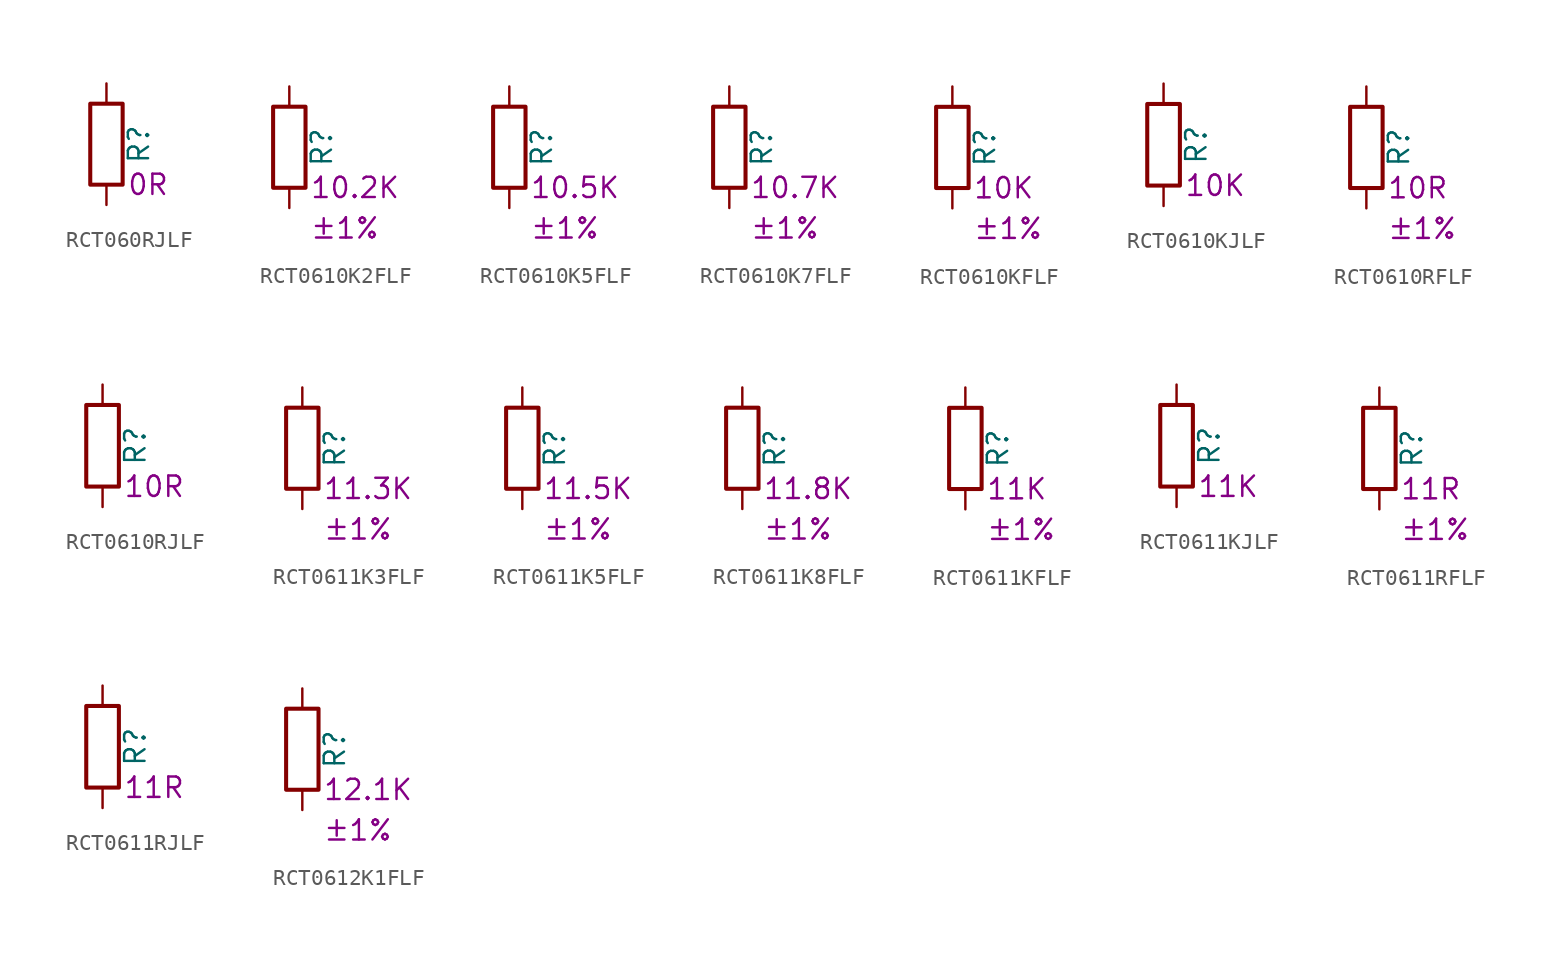
<source format=kicad_sym>
(kicad_symbol_lib
  (version 20220914)
  (generator kicad_symbol_editor)
  (symbol "RCT060RJLF"
    (pin_numbers hide)
    (pin_names
      (offset 0))
    (property "Reference" "R"
      (at 2.032 0 90)
      (effects (font (size 1.27 1.27))))
    (property "Resistance" "0R"
      (at 1.27 -2.54 0)
      (effects (font (size 1.27 1.27)) (justify left)))
    (symbol "RCT060RJLF_0_1"
      (rectangle (start -1.016 -2.54) (end 1.016 2.54) (stroke (width 0.254) (type default)) (fill (type none))))
    (symbol "RCT060RJLF_1_1"
      (pin passive line (at 0 3.81 270) (length 1.27) (name "~" (effects (font (size 1.27 1.27)))) (number "1" (effects (font (size 1.27 1.27)))))
      (pin passive line (at 0 -3.81 90) (length 1.27) (name "~" (effects (font (size 1.27 1.27)))) (number "2" (effects (font (size 1.27 1.27)))))))
  (symbol "RCT0610K2FLF"
    (pin_numbers hide)
    (pin_names
      (offset 0))
    (property "Reference" "R"
      (at 2.032 0 90)
      (effects (font (size 1.27 1.27))))
    (property "Resistance" "10.2K"
      (at 1.27 -2.54 0)
      (effects (font (size 1.27 1.27)) (justify left)))
    (property "Tolerance" "±1%"
      (at 1.27 -5.08 0)
      (effects (font (size 1.27 1.27)) (justify left)))
    (symbol "RCT0610K2FLF_0_1"
      (rectangle (start -1.016 -2.54) (end 1.016 2.54) (stroke (width 0.254) (type default)) (fill (type none))))
    (symbol "RCT0610K2FLF_1_1"
      (pin passive line (at 0 3.81 270) (length 1.27) (name "~" (effects (font (size 1.27 1.27)))) (number "1" (effects (font (size 1.27 1.27)))))
      (pin passive line (at 0 -3.81 90) (length 1.27) (name "~" (effects (font (size 1.27 1.27)))) (number "2" (effects (font (size 1.27 1.27)))))))
  (symbol "RCT0610K5FLF"
    (pin_numbers hide)
    (pin_names
      (offset 0))
    (property "Reference" "R"
      (at 2.032 0 90)
      (effects (font (size 1.27 1.27))))
    (property "Resistance" "10.5K"
      (at 1.27 -2.54 0)
      (effects (font (size 1.27 1.27)) (justify left)))
    (property "Tolerance" "±1%"
      (at 1.27 -5.08 0)
      (effects (font (size 1.27 1.27)) (justify left)))
    (symbol "RCT0610K5FLF_0_1"
      (rectangle (start -1.016 -2.54) (end 1.016 2.54) (stroke (width 0.254) (type default)) (fill (type none))))
    (symbol "RCT0610K5FLF_1_1"
      (pin passive line (at 0 3.81 270) (length 1.27) (name "~" (effects (font (size 1.27 1.27)))) (number "1" (effects (font (size 1.27 1.27)))))
      (pin passive line (at 0 -3.81 90) (length 1.27) (name "~" (effects (font (size 1.27 1.27)))) (number "2" (effects (font (size 1.27 1.27)))))))
  (symbol "RCT0610K7FLF"
    (pin_numbers hide)
    (pin_names
      (offset 0))
    (property "Reference" "R"
      (at 2.032 0 90)
      (effects (font (size 1.27 1.27))))
    (property "Resistance" "10.7K"
      (at 1.27 -2.54 0)
      (effects (font (size 1.27 1.27)) (justify left)))
    (property "Tolerance" "±1%"
      (at 1.27 -5.08 0)
      (effects (font (size 1.27 1.27)) (justify left)))
    (symbol "RCT0610K7FLF_0_1"
      (rectangle (start -1.016 -2.54) (end 1.016 2.54) (stroke (width 0.254) (type default)) (fill (type none))))
    (symbol "RCT0610K7FLF_1_1"
      (pin passive line (at 0 3.81 270) (length 1.27) (name "~" (effects (font (size 1.27 1.27)))) (number "1" (effects (font (size 1.27 1.27)))))
      (pin passive line (at 0 -3.81 90) (length 1.27) (name "~" (effects (font (size 1.27 1.27)))) (number "2" (effects (font (size 1.27 1.27)))))))
  (symbol "RCT0610KFLF"
    (pin_numbers hide)
    (pin_names
      (offset 0))
    (property "Reference" "R"
      (at 2.032 0 90)
      (effects (font (size 1.27 1.27))))
    (property "Resistance" "10K"
      (at 1.27 -2.54 0)
      (effects (font (size 1.27 1.27)) (justify left)))
    (property "Tolerance" "±1%"
      (at 1.27 -5.08 0)
      (effects (font (size 1.27 1.27)) (justify left)))
    (symbol "RCT0610KFLF_0_1"
      (rectangle (start -1.016 -2.54) (end 1.016 2.54) (stroke (width 0.254) (type default)) (fill (type none))))
    (symbol "RCT0610KFLF_1_1"
      (pin passive line (at 0 3.81 270) (length 1.27) (name "~" (effects (font (size 1.27 1.27)))) (number "1" (effects (font (size 1.27 1.27)))))
      (pin passive line (at 0 -3.81 90) (length 1.27) (name "~" (effects (font (size 1.27 1.27)))) (number "2" (effects (font (size 1.27 1.27)))))))
  (symbol "RCT0610KJLF"
    (pin_numbers hide)
    (pin_names
      (offset 0))
    (property "Reference" "R"
      (at 2.032 0 90)
      (effects (font (size 1.27 1.27))))
    (property "Resistance" "10K"
      (at 1.27 -2.54 0)
      (effects (font (size 1.27 1.27)) (justify left)))
    (symbol "RCT0610KJLF_0_1"
      (rectangle (start -1.016 -2.54) (end 1.016 2.54) (stroke (width 0.254) (type default)) (fill (type none))))
    (symbol "RCT0610KJLF_1_1"
      (pin passive line (at 0 3.81 270) (length 1.27) (name "~" (effects (font (size 1.27 1.27)))) (number "1" (effects (font (size 1.27 1.27)))))
      (pin passive line (at 0 -3.81 90) (length 1.27) (name "~" (effects (font (size 1.27 1.27)))) (number "2" (effects (font (size 1.27 1.27)))))))
  (symbol "RCT0610RFLF"
    (pin_numbers hide)
    (pin_names
      (offset 0))
    (property "Reference" "R"
      (at 2.032 0 90)
      (effects (font (size 1.27 1.27))))
    (property "Resistance" "10R"
      (at 1.27 -2.54 0)
      (effects (font (size 1.27 1.27)) (justify left)))
    (property "Tolerance" "±1%"
      (at 1.27 -5.08 0)
      (effects (font (size 1.27 1.27)) (justify left)))
    (symbol "RCT0610RFLF_0_1"
      (rectangle (start -1.016 -2.54) (end 1.016 2.54) (stroke (width 0.254) (type default)) (fill (type none))))
    (symbol "RCT0610RFLF_1_1"
      (pin passive line (at 0 3.81 270) (length 1.27) (name "~" (effects (font (size 1.27 1.27)))) (number "1" (effects (font (size 1.27 1.27)))))
      (pin passive line (at 0 -3.81 90) (length 1.27) (name "~" (effects (font (size 1.27 1.27)))) (number "2" (effects (font (size 1.27 1.27)))))))
  (symbol "RCT0610RJLF"
    (pin_numbers hide)
    (pin_names
      (offset 0))
    (property "Reference" "R"
      (at 2.032 0 90)
      (effects (font (size 1.27 1.27))))
    (property "Resistance" "10R"
      (at 1.27 -2.54 0)
      (effects (font (size 1.27 1.27)) (justify left)))
    (symbol "RCT0610RJLF_0_1"
      (rectangle (start -1.016 -2.54) (end 1.016 2.54) (stroke (width 0.254) (type default)) (fill (type none))))
    (symbol "RCT0610RJLF_1_1"
      (pin passive line (at 0 3.81 270) (length 1.27) (name "~" (effects (font (size 1.27 1.27)))) (number "1" (effects (font (size 1.27 1.27)))))
      (pin passive line (at 0 -3.81 90) (length 1.27) (name "~" (effects (font (size 1.27 1.27)))) (number "2" (effects (font (size 1.27 1.27)))))))
  (symbol "RCT0611K3FLF"
    (pin_numbers hide)
    (pin_names
      (offset 0))
    (property "Reference" "R"
      (at 2.032 0 90)
      (effects (font (size 1.27 1.27))))
    (property "Resistance" "11.3K"
      (at 1.27 -2.54 0)
      (effects (font (size 1.27 1.27)) (justify left)))
    (property "Tolerance" "±1%"
      (at 1.27 -5.08 0)
      (effects (font (size 1.27 1.27)) (justify left)))
    (symbol "RCT0611K3FLF_0_1"
      (rectangle (start -1.016 -2.54) (end 1.016 2.54) (stroke (width 0.254) (type default)) (fill (type none))))
    (symbol "RCT0611K3FLF_1_1"
      (pin passive line (at 0 3.81 270) (length 1.27) (name "~" (effects (font (size 1.27 1.27)))) (number "1" (effects (font (size 1.27 1.27)))))
      (pin passive line (at 0 -3.81 90) (length 1.27) (name "~" (effects (font (size 1.27 1.27)))) (number "2" (effects (font (size 1.27 1.27)))))))
  (symbol "RCT0611K5FLF"
    (pin_numbers hide)
    (pin_names
      (offset 0))
    (property "Reference" "R"
      (at 2.032 0 90)
      (effects (font (size 1.27 1.27))))
    (property "Resistance" "11.5K"
      (at 1.27 -2.54 0)
      (effects (font (size 1.27 1.27)) (justify left)))
    (property "Tolerance" "±1%"
      (at 1.27 -5.08 0)
      (effects (font (size 1.27 1.27)) (justify left)))
    (symbol "RCT0611K5FLF_0_1"
      (rectangle (start -1.016 -2.54) (end 1.016 2.54) (stroke (width 0.254) (type default)) (fill (type none))))
    (symbol "RCT0611K5FLF_1_1"
      (pin passive line (at 0 3.81 270) (length 1.27) (name "~" (effects (font (size 1.27 1.27)))) (number "1" (effects (font (size 1.27 1.27)))))
      (pin passive line (at 0 -3.81 90) (length 1.27) (name "~" (effects (font (size 1.27 1.27)))) (number "2" (effects (font (size 1.27 1.27)))))))
  (symbol "RCT0611K8FLF"
    (pin_numbers hide)
    (pin_names
      (offset 0))
    (property "Reference" "R"
      (at 2.032 0 90)
      (effects (font (size 1.27 1.27))))
    (property "Resistance" "11.8K"
      (at 1.27 -2.54 0)
      (effects (font (size 1.27 1.27)) (justify left)))
    (property "Tolerance" "±1%"
      (at 1.27 -5.08 0)
      (effects (font (size 1.27 1.27)) (justify left)))
    (symbol "RCT0611K8FLF_0_1"
      (rectangle (start -1.016 -2.54) (end 1.016 2.54) (stroke (width 0.254) (type default)) (fill (type none))))
    (symbol "RCT0611K8FLF_1_1"
      (pin passive line (at 0 3.81 270) (length 1.27) (name "~" (effects (font (size 1.27 1.27)))) (number "1" (effects (font (size 1.27 1.27)))))
      (pin passive line (at 0 -3.81 90) (length 1.27) (name "~" (effects (font (size 1.27 1.27)))) (number "2" (effects (font (size 1.27 1.27)))))))
  (symbol "RCT0611KFLF"
    (pin_numbers hide)
    (pin_names
      (offset 0))
    (property "Reference" "R"
      (at 2.032 0 90)
      (effects (font (size 1.27 1.27))))
    (property "Resistance" "11K"
      (at 1.27 -2.54 0)
      (effects (font (size 1.27 1.27)) (justify left)))
    (property "Tolerance" "±1%"
      (at 1.27 -5.08 0)
      (effects (font (size 1.27 1.27)) (justify left)))
    (symbol "RCT0611KFLF_0_1"
      (rectangle (start -1.016 -2.54) (end 1.016 2.54) (stroke (width 0.254) (type default)) (fill (type none))))
    (symbol "RCT0611KFLF_1_1"
      (pin passive line (at 0 3.81 270) (length 1.27) (name "~" (effects (font (size 1.27 1.27)))) (number "1" (effects (font (size 1.27 1.27)))))
      (pin passive line (at 0 -3.81 90) (length 1.27) (name "~" (effects (font (size 1.27 1.27)))) (number "2" (effects (font (size 1.27 1.27)))))))
  (symbol "RCT0611KJLF"
    (pin_numbers hide)
    (pin_names
      (offset 0))
    (property "Reference" "R"
      (at 2.032 0 90)
      (effects (font (size 1.27 1.27))))
    (property "Resistance" "11K"
      (at 1.27 -2.54 0)
      (effects (font (size 1.27 1.27)) (justify left)))
    (symbol "RCT0611KJLF_0_1"
      (rectangle (start -1.016 -2.54) (end 1.016 2.54) (stroke (width 0.254) (type default)) (fill (type none))))
    (symbol "RCT0611KJLF_1_1"
      (pin passive line (at 0 3.81 270) (length 1.27) (name "~" (effects (font (size 1.27 1.27)))) (number "1" (effects (font (size 1.27 1.27)))))
      (pin passive line (at 0 -3.81 90) (length 1.27) (name "~" (effects (font (size 1.27 1.27)))) (number "2" (effects (font (size 1.27 1.27)))))))
  (symbol "RCT0611RFLF"
    (pin_numbers hide)
    (pin_names
      (offset 0))
    (property "Reference" "R"
      (at 2.032 0 90)
      (effects (font (size 1.27 1.27))))
    (property "Resistance" "11R"
      (at 1.27 -2.54 0)
      (effects (font (size 1.27 1.27)) (justify left)))
    (property "Tolerance" "±1%"
      (at 1.27 -5.08 0)
      (effects (font (size 1.27 1.27)) (justify left)))
    (symbol "RCT0611RFLF_0_1"
      (rectangle (start -1.016 -2.54) (end 1.016 2.54) (stroke (width 0.254) (type default)) (fill (type none))))
    (symbol "RCT0611RFLF_1_1"
      (pin passive line (at 0 3.81 270) (length 1.27) (name "~" (effects (font (size 1.27 1.27)))) (number "1" (effects (font (size 1.27 1.27)))))
      (pin passive line (at 0 -3.81 90) (length 1.27) (name "~" (effects (font (size 1.27 1.27)))) (number "2" (effects (font (size 1.27 1.27)))))))
  (symbol "RCT0611RJLF"
    (pin_numbers hide)
    (pin_names
      (offset 0))
    (property "Reference" "R"
      (at 2.032 0 90)
      (effects (font (size 1.27 1.27))))
    (property "Resistance" "11R"
      (at 1.27 -2.54 0)
      (effects (font (size 1.27 1.27)) (justify left)))
    (symbol "RCT0611RJLF_0_1"
      (rectangle (start -1.016 -2.54) (end 1.016 2.54) (stroke (width 0.254) (type default)) (fill (type none))))
    (symbol "RCT0611RJLF_1_1"
      (pin passive line (at 0 3.81 270) (length 1.27) (name "~" (effects (font (size 1.27 1.27)))) (number "1" (effects (font (size 1.27 1.27)))))
      (pin passive line (at 0 -3.81 90) (length 1.27) (name "~" (effects (font (size 1.27 1.27)))) (number "2" (effects (font (size 1.27 1.27)))))))
  (symbol "RCT0612K1FLF"
    (pin_numbers hide)
    (pin_names
      (offset 0))
    (property "Reference" "R"
      (at 2.032 0 90)
      (effects (font (size 1.27 1.27))))
    (property "Resistance" "12.1K"
      (at 1.27 -2.54 0)
      (effects (font (size 1.27 1.27)) (justify left)))
    (property "Tolerance" "±1%"
      (at 1.27 -5.08 0)
      (effects (font (size 1.27 1.27)) (justify left)))
    (symbol "RCT0612K1FLF_0_1"
      (rectangle (start -1.016 -2.54) (end 1.016 2.54) (stroke (width 0.254) (type default)) (fill (type none))))
    (symbol "RCT0612K1FLF_1_1"
      (pin passive line (at 0 3.81 270) (length 1.27) (name "~" (effects (font (size 1.27 1.27)))) (number "1" (effects (font (size 1.27 1.27)))))
      (pin passive line (at 0 -3.81 90) (length 1.27) (name "~" (effects (font (size 1.27 1.27)))) (number "2" (effects (font (size 1.27 1.27))))))))
</source>
